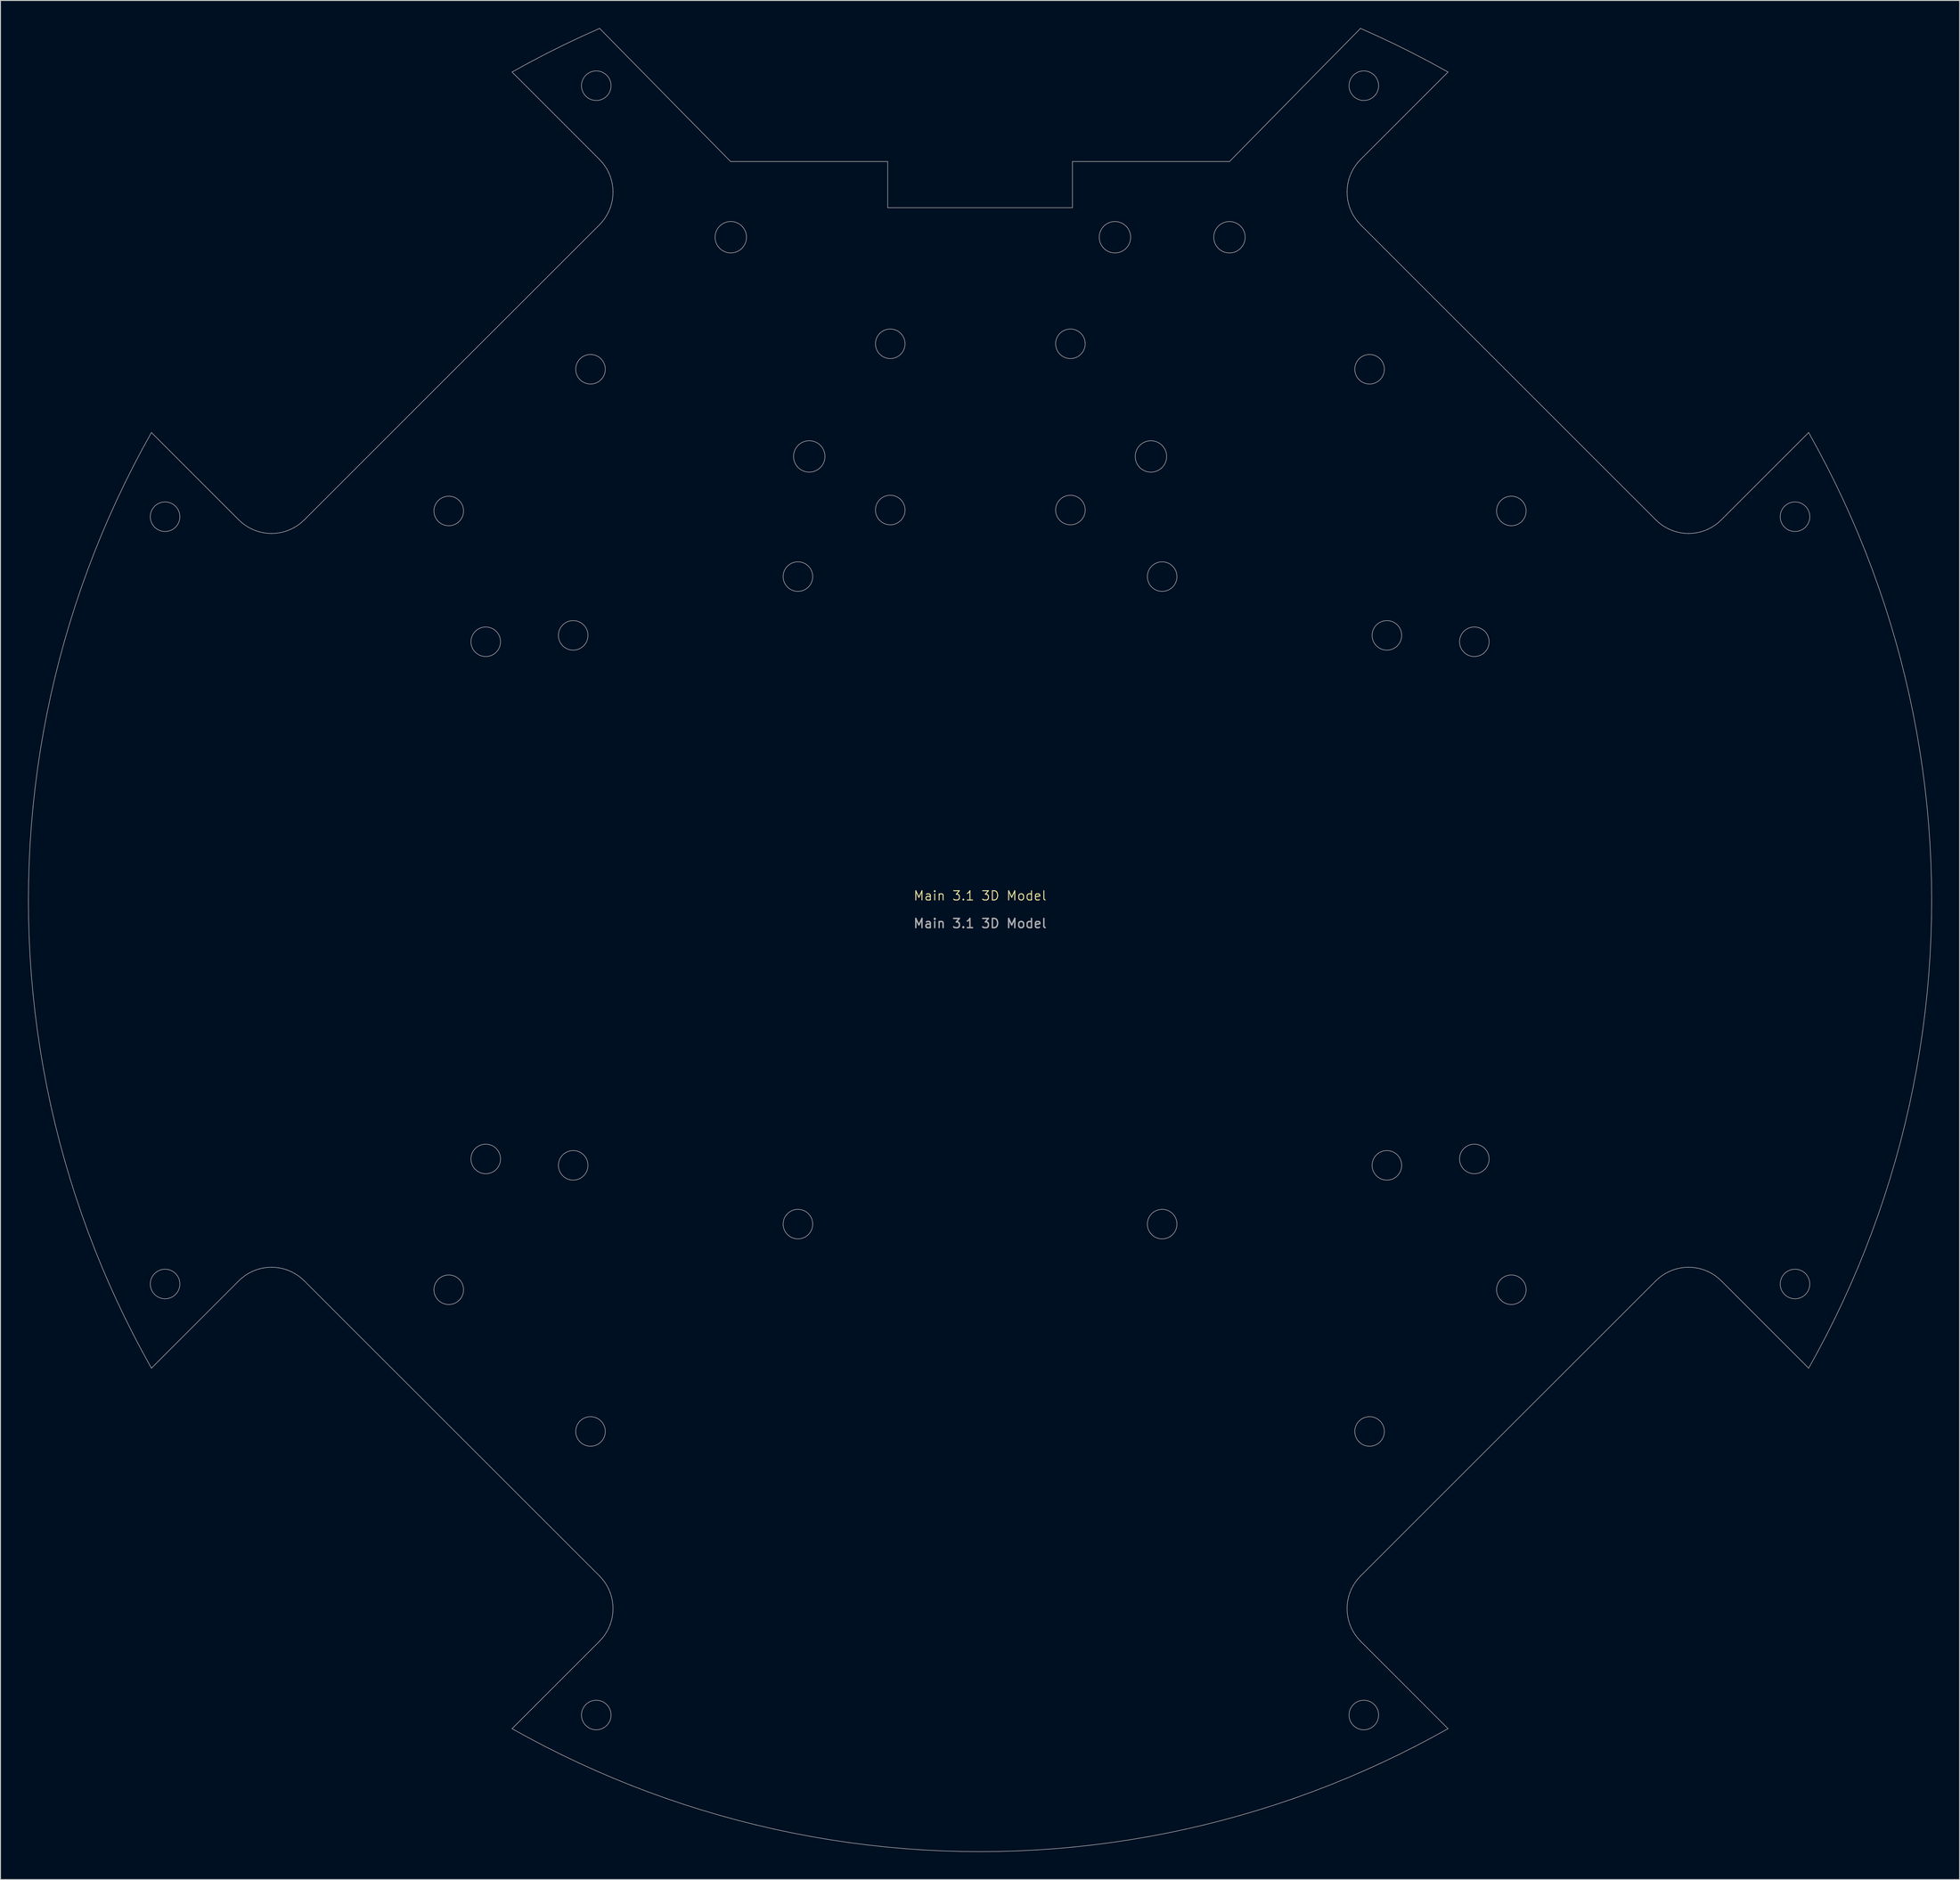
<source format=kicad_pcb>
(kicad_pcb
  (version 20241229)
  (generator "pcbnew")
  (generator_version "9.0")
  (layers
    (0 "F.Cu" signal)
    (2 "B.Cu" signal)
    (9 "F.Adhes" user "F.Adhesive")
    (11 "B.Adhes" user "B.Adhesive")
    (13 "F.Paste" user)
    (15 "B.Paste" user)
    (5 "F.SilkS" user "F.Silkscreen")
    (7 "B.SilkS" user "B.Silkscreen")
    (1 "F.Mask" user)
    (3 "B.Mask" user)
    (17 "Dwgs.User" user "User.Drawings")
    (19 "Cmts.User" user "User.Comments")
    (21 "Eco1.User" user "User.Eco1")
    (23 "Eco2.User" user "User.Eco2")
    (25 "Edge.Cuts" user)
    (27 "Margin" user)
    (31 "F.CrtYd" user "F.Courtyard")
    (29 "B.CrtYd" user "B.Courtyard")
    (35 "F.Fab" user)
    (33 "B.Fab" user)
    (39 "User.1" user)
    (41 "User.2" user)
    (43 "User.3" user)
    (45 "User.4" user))
  (footprint "Main 3.1 3D Model"
    (layer "F.Cu")
    (at 103.025 94.436)
    (property "Reference" "Main 3.1 3D Model" (at 0 -0.5 0) (unlocked yes) (layer "F.SilkS") (effects (font (size 1 1) (thickness 0.1))))
    (attr smd)
    (fp_line (start -103 0.000001) (end -102.98 2.037) (stroke (width 0.05) (type solid)) (layer "Edge.Cuts"))
    (fp_line (start -102.98 -2.037) (end -103 0.000001) (stroke (width 0.05) (type solid)) (layer "Edge.Cuts"))
    (fp_line (start -102.98 2.037) (end -102.919 4.072) (stroke (width 0.05) (type solid)) (layer "Edge.Cuts"))
    (fp_line (start -102.919 -4.072) (end -102.98 -2.037) (stroke (width 0.05) (type solid)) (layer "Edge.Cuts"))
    (fp_line (start -102.919 4.072) (end -102.819 6.107) (stroke (width 0.05) (type solid)) (layer "Edge.Cuts"))
    (fp_line (start -102.819 -6.107) (end -102.919 -4.072) (stroke (width 0.05) (type solid)) (layer "Edge.Cuts"))
    (fp_line (start -102.819 6.107) (end -102.678 8.138) (stroke (width 0.05) (type solid)) (layer "Edge.Cuts"))
    (fp_line (start -102.678 -8.138) (end -102.819 -6.107) (stroke (width 0.05) (type solid)) (layer "Edge.Cuts"))
    (fp_line (start -102.678 8.138) (end -102.497 10.167) (stroke (width 0.05) (type solid)) (layer "Edge.Cuts"))
    (fp_line (start -102.497 -10.167) (end -102.678 -8.138) (stroke (width 0.05) (type solid)) (layer "Edge.Cuts"))
    (fp_line (start -102.497 10.167) (end -102.276 12.192) (stroke (width 0.05) (type solid)) (layer "Edge.Cuts"))
    (fp_line (start -102.276 -12.192) (end -102.497 -10.167) (stroke (width 0.05) (type solid)) (layer "Edge.Cuts"))
    (fp_line (start -102.276 12.192) (end -102.015 14.212) (stroke (width 0.05) (type solid)) (layer "Edge.Cuts"))
    (fp_line (start -102.015 -14.212) (end -102.276 -12.192) (stroke (width 0.05) (type solid)) (layer "Edge.Cuts"))
    (fp_line (start -102.015 14.212) (end -101.714 16.226) (stroke (width 0.05) (type solid)) (layer "Edge.Cuts"))
    (fp_line (start -101.714 -16.226) (end -102.015 -14.212) (stroke (width 0.05) (type solid)) (layer "Edge.Cuts"))
    (fp_line (start -101.714 16.226) (end -101.373 18.234) (stroke (width 0.05) (type solid)) (layer "Edge.Cuts"))
    (fp_line (start -101.373 -18.234) (end -101.714 -16.226) (stroke (width 0.05) (type solid)) (layer "Edge.Cuts"))
    (fp_line (start -101.373 18.234) (end -100.993 20.235) (stroke (width 0.05) (type solid)) (layer "Edge.Cuts"))
    (fp_line (start -100.993 -20.235) (end -101.373 -18.234) (stroke (width 0.05) (type solid)) (layer "Edge.Cuts"))
    (fp_line (start -100.993 20.235) (end -100.573 22.228) (stroke (width 0.05) (type solid)) (layer "Edge.Cuts"))
    (fp_line (start -100.573 -22.228) (end -100.993 -20.235) (stroke (width 0.05) (type solid)) (layer "Edge.Cuts"))
    (fp_line (start -100.573 22.228) (end -100.114 24.212) (stroke (width 0.05) (type solid)) (layer "Edge.Cuts"))
    (fp_line (start -100.114 -24.212) (end -100.573 -22.228) (stroke (width 0.05) (type solid)) (layer "Edge.Cuts"))
    (fp_line (start -100.114 24.212) (end -99.616 26.187) (stroke (width 0.05) (type solid)) (layer "Edge.Cuts"))
    (fp_line (start -99.616 -26.187) (end -100.114 -24.212) (stroke (width 0.05) (type solid)) (layer "Edge.Cuts"))
    (fp_line (start -99.616 26.187) (end -99.078 28.151) (stroke (width 0.05) (type solid)) (layer "Edge.Cuts"))
    (fp_line (start -99.078 -28.151) (end -99.616 -26.187) (stroke (width 0.05) (type solid)) (layer "Edge.Cuts"))
    (fp_line (start -99.078 28.151) (end -98.502 30.105) (stroke (width 0.05) (type solid)) (layer "Edge.Cuts"))
    (fp_line (start -98.502 -30.105) (end -99.078 -28.151) (stroke (width 0.05) (type solid)) (layer "Edge.Cuts"))
    (fp_line (start -98.502 30.105) (end -97.888 32.046) (stroke (width 0.05) (type solid)) (layer "Edge.Cuts"))
    (fp_line (start -97.888 -32.046) (end -98.502 -30.105) (stroke (width 0.05) (type solid)) (layer "Edge.Cuts"))
    (fp_line (start -97.888 32.046) (end -97.235 33.976) (stroke (width 0.05) (type solid)) (layer "Edge.Cuts"))
    (fp_line (start -97.235 -33.976) (end -97.888 -32.046) (stroke (width 0.05) (type solid)) (layer "Edge.Cuts"))
    (fp_line (start -97.235 33.976) (end -96.544 35.892) (stroke (width 0.05) (type solid)) (layer "Edge.Cuts"))
    (fp_line (start -96.544 -35.892) (end -97.235 -33.976) (stroke (width 0.05) (type solid)) (layer "Edge.Cuts"))
    (fp_line (start -96.544 35.892) (end -95.816 37.794) (stroke (width 0.05) (type solid)) (layer "Edge.Cuts"))
    (fp_line (start -95.816 -37.794) (end -96.544 -35.892) (stroke (width 0.05) (type solid)) (layer "Edge.Cuts"))
    (fp_line (start -95.816 37.794) (end -95.05 39.681) (stroke (width 0.05) (type solid)) (layer "Edge.Cuts"))
    (fp_line (start -95.05 -39.681) (end -95.816 -37.794) (stroke (width 0.05) (type solid)) (layer "Edge.Cuts"))
    (fp_line (start -95.05 39.681) (end -94.246 41.552) (stroke (width 0.05) (type solid)) (layer "Edge.Cuts"))
    (fp_line (start -94.246 -41.552) (end -95.05 -39.681) (stroke (width 0.05) (type solid)) (layer "Edge.Cuts"))
    (fp_line (start -94.246 41.552) (end -93.406 43.408) (stroke (width 0.05) (type solid)) (layer "Edge.Cuts"))
    (fp_line (start -93.406 -43.408) (end -94.246 -41.552) (stroke (width 0.05) (type solid)) (layer "Edge.Cuts"))
    (fp_line (start -93.406 43.408) (end -92.53 45.246) (stroke (width 0.05) (type solid)) (layer "Edge.Cuts"))
    (fp_line (start -92.53 -45.246) (end -93.406 -43.408) (stroke (width 0.05) (type solid)) (layer "Edge.Cuts"))
    (fp_line (start -92.53 45.246) (end -91.617 47.067) (stroke (width 0.05) (type solid)) (layer "Edge.Cuts"))
    (fp_line (start -91.617 -47.067) (end -92.53 -45.246) (stroke (width 0.05) (type solid)) (layer "Edge.Cuts"))
    (fp_line (start -91.617 47.067) (end -90.669 48.869) (stroke (width 0.05) (type solid)) (layer "Edge.Cuts"))
    (fp_line (start -90.669 -48.869) (end -91.617 -47.067) (stroke (width 0.05) (type solid)) (layer "Edge.Cuts"))
    (fp_line (start -90.669 48.869) (end -89.685 50.652) (stroke (width 0.05) (type solid)) (layer "Edge.Cuts"))
    (fp_line (start -89.685 -50.652) (end -90.669 -48.869) (stroke (width 0.05) (type solid)) (layer "Edge.Cuts"))
    (fp_line (start -89.685 50.652) (end -80.221 41.189) (stroke (width 0.05) (type solid)) (layer "Edge.Cuts"))
    (fp_line (start -80.221 -41.189) (end -89.685 -50.652) (stroke (width 0.05) (type solid)) (layer "Edge.Cuts"))
    (fp_line (start -80.221 41.189) (end -79.9 40.894) (stroke (width 0.05) (type solid)) (layer "Edge.Cuts"))
    (fp_line (start -79.9 -40.894) (end -80.221 -41.189) (stroke (width 0.05) (type solid)) (layer "Edge.Cuts"))
    (fp_line (start -79.9 40.894) (end -79.554 40.629) (stroke (width 0.05) (type solid)) (layer "Edge.Cuts"))
    (fp_line (start -79.554 -40.629) (end -79.9 -40.894) (stroke (width 0.05) (type solid)) (layer "Edge.Cuts"))
    (fp_line (start -79.554 40.629) (end -79.186 40.394) (stroke (width 0.05) (type solid)) (layer "Edge.Cuts"))
    (fp_line (start -79.186 -40.394) (end -79.554 -40.629) (stroke (width 0.05) (type solid)) (layer "Edge.Cuts"))
    (fp_line (start -79.186 40.394) (end -78.799 40.193) (stroke (width 0.05) (type solid)) (layer "Edge.Cuts"))
    (fp_line (start -78.799 -40.193) (end -79.186 -40.394) (stroke (width 0.05) (type solid)) (layer "Edge.Cuts"))
    (fp_line (start -78.799 40.193) (end -78.396 40.026) (stroke (width 0.05) (type solid)) (layer "Edge.Cuts"))
    (fp_line (start -78.396 -40.026) (end -78.799 -40.193) (stroke (width 0.05) (type solid)) (layer "Edge.Cuts"))
    (fp_line (start -78.396 40.026) (end -77.98 39.895) (stroke (width 0.05) (type solid)) (layer "Edge.Cuts"))
    (fp_line (start -77.98 -39.895) (end -78.396 -40.026) (stroke (width 0.05) (type solid)) (layer "Edge.Cuts"))
    (fp_line (start -77.98 39.895) (end -77.554 39.8) (stroke (width 0.05) (type solid)) (layer "Edge.Cuts"))
    (fp_line (start -77.554 -39.8) (end -77.98 -39.895) (stroke (width 0.05) (type solid)) (layer "Edge.Cuts"))
    (fp_line (start -77.554 39.8) (end -77.122 39.744) (stroke (width 0.05) (type solid)) (layer "Edge.Cuts"))
    (fp_line (start -77.122 -39.744) (end -77.554 -39.8) (stroke (width 0.05) (type solid)) (layer "Edge.Cuts"))
    (fp_line (start -77.122 39.744) (end -76.686 39.725) (stroke (width 0.05) (type solid)) (layer "Edge.Cuts"))
    (fp_line (start -76.686 -39.725) (end -77.122 -39.744) (stroke (width 0.05) (type solid)) (layer "Edge.Cuts"))
    (fp_line (start -76.686 39.725) (end -76.25 39.744) (stroke (width 0.05) (type solid)) (layer "Edge.Cuts"))
    (fp_line (start -76.25 -39.744) (end -76.686 -39.725) (stroke (width 0.05) (type solid)) (layer "Edge.Cuts"))
    (fp_line (start -76.25 39.744) (end -75.817 39.8) (stroke (width 0.05) (type solid)) (layer "Edge.Cuts"))
    (fp_line (start -75.817 -39.8) (end -76.25 -39.744) (stroke (width 0.05) (type solid)) (layer "Edge.Cuts"))
    (fp_line (start -75.817 39.8) (end -75.392 39.895) (stroke (width 0.05) (type solid)) (layer "Edge.Cuts"))
    (fp_line (start -75.392 -39.895) (end -75.817 -39.8) (stroke (width 0.05) (type solid)) (layer "Edge.Cuts"))
    (fp_line (start -75.392 39.895) (end -74.976 40.026) (stroke (width 0.05) (type solid)) (layer "Edge.Cuts"))
    (fp_line (start -74.976 -40.026) (end -75.392 -39.895) (stroke (width 0.05) (type solid)) (layer "Edge.Cuts"))
    (fp_line (start -74.976 40.026) (end -74.573 40.193) (stroke (width 0.05) (type solid)) (layer "Edge.Cuts"))
    (fp_line (start -74.573 -40.193) (end -74.976 -40.026) (stroke (width 0.05) (type solid)) (layer "Edge.Cuts"))
    (fp_line (start -74.573 40.193) (end -74.186 40.394) (stroke (width 0.05) (type solid)) (layer "Edge.Cuts"))
    (fp_line (start -74.186 -40.394) (end -74.573 -40.193) (stroke (width 0.05) (type solid)) (layer "Edge.Cuts"))
    (fp_line (start -74.186 40.394) (end -73.818 40.629) (stroke (width 0.05) (type solid)) (layer "Edge.Cuts"))
    (fp_line (start -73.818 -40.629) (end -74.186 -40.394) (stroke (width 0.05) (type solid)) (layer "Edge.Cuts"))
    (fp_line (start -73.818 40.629) (end -73.472 40.894) (stroke (width 0.05) (type solid)) (layer "Edge.Cuts"))
    (fp_line (start -73.472 -40.894) (end -73.818 -40.629) (stroke (width 0.05) (type solid)) (layer "Edge.Cuts"))
    (fp_line (start -73.472 40.894) (end -73.15 41.189) (stroke (width 0.05) (type solid)) (layer "Edge.Cuts"))
    (fp_line (start -73.15 -41.189) (end -73.472 -40.894) (stroke (width 0.05) (type solid)) (layer "Edge.Cuts"))
    (fp_line (start -73.15 41.189) (end -41.189 73.15) (stroke (width 0.05) (type solid)) (layer "Edge.Cuts"))
    (fp_line (start -50.652 -89.685) (end -41.189 -80.221) (stroke (width 0.05) (type solid)) (layer "Edge.Cuts"))
    (fp_line (start -50.652 89.685) (end -48.869 90.669) (stroke (width 0.05) (type solid)) (layer "Edge.Cuts"))
    (fp_line (start -48.869 90.669) (end -47.067 91.617) (stroke (width 0.05) (type solid)) (layer "Edge.Cuts"))
    (fp_line (start -48.797 -90.707) (end -50.652 -89.685) (stroke (width 0.05) (type solid)) (layer "Edge.Cuts"))
    (fp_line (start -47.067 91.617) (end -45.246 92.53) (stroke (width 0.05) (type solid)) (layer "Edge.Cuts"))
    (fp_line (start -46.921 -91.692) (end -48.797 -90.707) (stroke (width 0.05) (type solid)) (layer "Edge.Cuts"))
    (fp_line (start -45.246 92.53) (end -43.408 93.406) (stroke (width 0.05) (type solid)) (layer "Edge.Cuts"))
    (fp_line (start -45.026 -92.637) (end -46.921 -91.692) (stroke (width 0.05) (type solid)) (layer "Edge.Cuts"))
    (fp_line (start -43.408 93.406) (end -41.552 94.246) (stroke (width 0.05) (type solid)) (layer "Edge.Cuts"))
    (fp_line (start -43.111 -93.544) (end -45.026 -92.637) (stroke (width 0.05) (type solid)) (layer "Edge.Cuts"))
    (fp_line (start -41.552 94.246) (end -39.681 95.05) (stroke (width 0.05) (type solid)) (layer "Edge.Cuts"))
    (fp_line (start -41.189 -80.221) (end -40.894 -79.9) (stroke (width 0.05) (type solid)) (layer "Edge.Cuts"))
    (fp_line (start -41.189 -73.15) (end -73.15 -41.189) (stroke (width 0.05) (type solid)) (layer "Edge.Cuts"))
    (fp_line (start -41.189 73.15) (end -40.894 73.472) (stroke (width 0.05) (type solid)) (layer "Edge.Cuts"))
    (fp_line (start -41.189 80.221) (end -50.652 89.685) (stroke (width 0.05) (type solid)) (layer "Edge.Cuts"))
    (fp_line (start -41.178 -94.411) (end -43.111 -93.544) (stroke (width 0.05) (type solid)) (layer "Edge.Cuts"))
    (fp_line (start -40.894 -79.9) (end -40.629 -79.554) (stroke (width 0.05) (type solid)) (layer "Edge.Cuts"))
    (fp_line (start -40.894 -73.472) (end -41.189 -73.15) (stroke (width 0.05) (type solid)) (layer "Edge.Cuts"))
    (fp_line (start -40.894 73.472) (end -40.629 73.818) (stroke (width 0.05) (type solid)) (layer "Edge.Cuts"))
    (fp_line (start -40.894 79.9) (end -41.189 80.221) (stroke (width 0.05) (type solid)) (layer "Edge.Cuts"))
    (fp_line (start -40.629 -79.554) (end -40.394 -79.186) (stroke (width 0.05) (type solid)) (layer "Edge.Cuts"))
    (fp_line (start -40.629 -73.818) (end -40.894 -73.472) (stroke (width 0.05) (type solid)) (layer "Edge.Cuts"))
    (fp_line (start -40.629 73.818) (end -40.394 74.186) (stroke (width 0.05) (type solid)) (layer "Edge.Cuts"))
    (fp_line (start -40.629 79.554) (end -40.894 79.9) (stroke (width 0.05) (type solid)) (layer "Edge.Cuts"))
    (fp_line (start -40.394 -79.186) (end -40.193 -78.799) (stroke (width 0.05) (type solid)) (layer "Edge.Cuts"))
    (fp_line (start -40.394 -74.186) (end -40.629 -73.818) (stroke (width 0.05) (type solid)) (layer "Edge.Cuts"))
    (fp_line (start -40.394 74.186) (end -40.193 74.573) (stroke (width 0.05) (type solid)) (layer "Edge.Cuts"))
    (fp_line (start -40.394 79.186) (end -40.629 79.554) (stroke (width 0.05) (type solid)) (layer "Edge.Cuts"))
    (fp_line (start -40.193 -78.799) (end -40.026 -78.396) (stroke (width 0.05) (type solid)) (layer "Edge.Cuts"))
    (fp_line (start -40.193 -74.573) (end -40.394 -74.186) (stroke (width 0.05) (type solid)) (layer "Edge.Cuts"))
    (fp_line (start -40.193 74.573) (end -40.026 74.976) (stroke (width 0.05) (type solid)) (layer "Edge.Cuts"))
    (fp_line (start -40.193 78.799) (end -40.394 79.186) (stroke (width 0.05) (type solid)) (layer "Edge.Cuts"))
    (fp_line (start -40.026 -78.396) (end -39.895 -77.98) (stroke (width 0.05) (type solid)) (layer "Edge.Cuts"))
    (fp_line (start -40.026 -74.976) (end -40.193 -74.573) (stroke (width 0.05) (type solid)) (layer "Edge.Cuts"))
    (fp_line (start -40.026 74.976) (end -39.895 75.392) (stroke (width 0.05) (type solid)) (layer "Edge.Cuts"))
    (fp_line (start -40.026 78.396) (end -40.193 78.799) (stroke (width 0.05) (type solid)) (layer "Edge.Cuts"))
    (fp_line (start -39.895 -77.98) (end -39.8 -77.554) (stroke (width 0.05) (type solid)) (layer "Edge.Cuts"))
    (fp_line (start -39.895 -75.392) (end -40.026 -74.976) (stroke (width 0.05) (type solid)) (layer "Edge.Cuts"))
    (fp_line (start -39.895 75.392) (end -39.8 75.817) (stroke (width 0.05) (type solid)) (layer "Edge.Cuts"))
    (fp_line (start -39.895 77.98) (end -40.026 78.396) (stroke (width 0.05) (type solid)) (layer "Edge.Cuts"))
    (fp_line (start -39.8 -77.554) (end -39.744 -77.122) (stroke (width 0.05) (type solid)) (layer "Edge.Cuts"))
    (fp_line (start -39.8 -75.817) (end -39.895 -75.392) (stroke (width 0.05) (type solid)) (layer "Edge.Cuts"))
    (fp_line (start -39.8 75.817) (end -39.744 76.25) (stroke (width 0.05) (type solid)) (layer "Edge.Cuts"))
    (fp_line (start -39.8 77.554) (end -39.895 77.98) (stroke (width 0.05) (type solid)) (layer "Edge.Cuts"))
    (fp_line (start -39.744 -77.122) (end -39.725 -76.686) (stroke (width 0.05) (type solid)) (layer "Edge.Cuts"))
    (fp_line (start -39.744 -76.25) (end -39.8 -75.817) (stroke (width 0.05) (type solid)) (layer "Edge.Cuts"))
    (fp_line (start -39.744 76.25) (end -39.725 76.686) (stroke (width 0.05) (type solid)) (layer "Edge.Cuts"))
    (fp_line (start -39.744 77.122) (end -39.8 77.554) (stroke (width 0.05) (type solid)) (layer "Edge.Cuts"))
    (fp_line (start -39.725 -76.686) (end -39.744 -76.25) (stroke (width 0.05) (type solid)) (layer "Edge.Cuts"))
    (fp_line (start -39.725 76.686) (end -39.744 77.122) (stroke (width 0.05) (type solid)) (layer "Edge.Cuts"))
    (fp_line (start -39.681 95.05) (end -37.794 95.816) (stroke (width 0.05) (type solid)) (layer "Edge.Cuts"))
    (fp_line (start -37.794 95.816) (end -35.892 96.544) (stroke (width 0.05) (type solid)) (layer "Edge.Cuts"))
    (fp_line (start -35.892 96.544) (end -33.976 97.235) (stroke (width 0.05) (type solid)) (layer "Edge.Cuts"))
    (fp_line (start -33.976 97.235) (end -32.046 97.888) (stroke (width 0.05) (type solid)) (layer "Edge.Cuts"))
    (fp_line (start -32.046 97.888) (end -30.105 98.502) (stroke (width 0.05) (type solid)) (layer "Edge.Cuts"))
    (fp_line (start -30.105 98.502) (end -28.151 99.078) (stroke (width 0.05) (type solid)) (layer "Edge.Cuts"))
    (fp_line (start -28.151 99.078) (end -26.187 99.616) (stroke (width 0.05) (type solid)) (layer "Edge.Cuts"))
    (fp_line (start -27 -80) (end -41.178 -94.411) (stroke (width 0.05) (type solid)) (layer "Edge.Cuts"))
    (fp_line (start -26.187 99.616) (end -24.212 100.114) (stroke (width 0.05) (type solid)) (layer "Edge.Cuts"))
    (fp_line (start -24.212 100.114) (end -22.228 100.573) (stroke (width 0.05) (type solid)) (layer "Edge.Cuts"))
    (fp_line (start -22.228 100.573) (end -20.235 100.993) (stroke (width 0.05) (type solid)) (layer "Edge.Cuts"))
    (fp_line (start -20.235 100.993) (end -18.234 101.373) (stroke (width 0.05) (type solid)) (layer "Edge.Cuts"))
    (fp_line (start -18.234 101.373) (end -16.226 101.714) (stroke (width 0.05) (type solid)) (layer "Edge.Cuts"))
    (fp_line (start -16.226 101.714) (end -14.212 102.015) (stroke (width 0.05) (type solid)) (layer "Edge.Cuts"))
    (fp_line (start -14.212 102.015) (end -12.192 102.276) (stroke (width 0.05) (type solid)) (layer "Edge.Cuts"))
    (fp_line (start -12.192 102.276) (end -10.167 102.497) (stroke (width 0.05) (type solid)) (layer "Edge.Cuts"))
    (fp_line (start -10.167 102.497) (end -8.138 102.678) (stroke (width 0.05) (type solid)) (layer "Edge.Cuts"))
    (fp_line (start -10 -80) (end -27 -80) (stroke (width 0.05) (type solid)) (layer "Edge.Cuts"))
    (fp_line (start -10 -75) (end -10 -80) (stroke (width 0.05) (type solid)) (layer "Edge.Cuts"))
    (fp_line (start -8.138 102.678) (end -6.107 102.819) (stroke (width 0.05) (type solid)) (layer "Edge.Cuts"))
    (fp_line (start -6.107 102.819) (end -4.072 102.919) (stroke (width 0.05) (type solid)) (layer "Edge.Cuts"))
    (fp_line (start -4.072 102.919) (end -2.037 102.98) (stroke (width 0.05) (type solid)) (layer "Edge.Cuts"))
    (fp_line (start -2.037 102.98) (end 0 103) (stroke (width 0.05) (type solid)) (layer "Edge.Cuts"))
    (fp_line (start 0 103) (end 2.037 102.98) (stroke (width 0.05) (type solid)) (layer "Edge.Cuts"))
    (fp_line (start 2.037 102.98) (end 4.072 102.919) (stroke (width 0.05) (type solid)) (layer "Edge.Cuts"))
    (fp_line (start 4.072 102.919) (end 6.107 102.819) (stroke (width 0.05) (type solid)) (layer "Edge.Cuts"))
    (fp_line (start 6.107 102.819) (end 8.138 102.678) (stroke (width 0.05) (type solid)) (layer "Edge.Cuts"))
    (fp_line (start 8.138 102.678) (end 10.167 102.497) (stroke (width 0.05) (type solid)) (layer "Edge.Cuts"))
    (fp_line (start 10 -80) (end 10 -75) (stroke (width 0.05) (type solid)) (layer "Edge.Cuts"))
    (fp_line (start 10 -75) (end -10 -75) (stroke (width 0.05) (type solid)) (layer "Edge.Cuts"))
    (fp_line (start 10.167 102.497) (end 12.192 102.276) (stroke (width 0.05) (type solid)) (layer "Edge.Cuts"))
    (fp_line (start 12.192 102.276) (end 14.212 102.015) (stroke (width 0.05) (type solid)) (layer "Edge.Cuts"))
    (fp_line (start 14.212 102.015) (end 16.226 101.714) (stroke (width 0.05) (type solid)) (layer "Edge.Cuts"))
    (fp_line (start 16.226 101.714) (end 18.234 101.373) (stroke (width 0.05) (type solid)) (layer "Edge.Cuts"))
    (fp_line (start 18.234 101.373) (end 20.235 100.993) (stroke (width 0.05) (type solid)) (layer "Edge.Cuts"))
    (fp_line (start 20.235 100.993) (end 22.228 100.573) (stroke (width 0.05) (type solid)) (layer "Edge.Cuts"))
    (fp_line (start 22.228 100.573) (end 24.212 100.114) (stroke (width 0.05) (type solid)) (layer "Edge.Cuts"))
    (fp_line (start 24.212 100.114) (end 26.187 99.616) (stroke (width 0.05) (type solid)) (layer "Edge.Cuts"))
    (fp_line (start 26.187 99.616) (end 28.151 99.078) (stroke (width 0.05) (type solid)) (layer "Edge.Cuts"))
    (fp_line (start 27 -80) (end 10 -80) (stroke (width 0.05) (type solid)) (layer "Edge.Cuts"))
    (fp_line (start 28.151 99.078) (end 30.105 98.502) (stroke (width 0.05) (type solid)) (layer "Edge.Cuts"))
    (fp_line (start 30.105 98.502) (end 32.046 97.888) (stroke (width 0.05) (type solid)) (layer "Edge.Cuts"))
    (fp_line (start 32.046 97.888) (end 33.976 97.235) (stroke (width 0.05) (type solid)) (layer "Edge.Cuts"))
    (fp_line (start 33.976 97.235) (end 35.892 96.544) (stroke (width 0.05) (type solid)) (layer "Edge.Cuts"))
    (fp_line (start 35.892 96.544) (end 37.794 95.816) (stroke (width 0.05) (type solid)) (layer "Edge.Cuts"))
    (fp_line (start 37.794 95.816) (end 39.681 95.05) (stroke (width 0.05) (type solid)) (layer "Edge.Cuts"))
    (fp_line (start 39.681 95.05) (end 41.552 94.246) (stroke (width 0.05) (type solid)) (layer "Edge.Cuts"))
    (fp_line (start 39.725 -76.686) (end 39.744 -77.122) (stroke (width 0.05) (type solid)) (layer "Edge.Cuts"))
    (fp_line (start 39.725 76.686) (end 39.744 76.25) (stroke (width 0.05) (type solid)) (layer "Edge.Cuts"))
    (fp_line (start 39.744 -77.122) (end 39.8 -77.554) (stroke (width 0.05) (type solid)) (layer "Edge.Cuts"))
    (fp_line (start 39.744 -76.25) (end 39.725 -76.686) (stroke (width 0.05) (type solid)) (layer "Edge.Cuts"))
    (fp_line (start 39.744 76.25) (end 39.8 75.817) (stroke (width 0.05) (type solid)) (layer "Edge.Cuts"))
    (fp_line (start 39.744 77.122) (end 39.725 76.686) (stroke (width 0.05) (type solid)) (layer "Edge.Cuts"))
    (fp_line (start 39.8 -77.554) (end 39.895 -77.98) (stroke (width 0.05) (type solid)) (layer "Edge.Cuts"))
    (fp_line (start 39.8 -75.817) (end 39.744 -76.25) (stroke (width 0.05) (type solid)) (layer "Edge.Cuts"))
    (fp_line (start 39.8 75.817) (end 39.895 75.392) (stroke (width 0.05) (type solid)) (layer "Edge.Cuts"))
    (fp_line (start 39.8 77.554) (end 39.744 77.122) (stroke (width 0.05) (type solid)) (layer "Edge.Cuts"))
    (fp_line (start 39.895 -77.98) (end 40.026 -78.396) (stroke (width 0.05) (type solid)) (layer "Edge.Cuts"))
    (fp_line (start 39.895 -75.392) (end 39.8 -75.817) (stroke (width 0.05) (type solid)) (layer "Edge.Cuts"))
    (fp_line (start 39.895 75.392) (end 40.026 74.976) (stroke (width 0.05) (type solid)) (layer "Edge.Cuts"))
    (fp_line (start 39.895 77.98) (end 39.8 77.554) (stroke (width 0.05) (type solid)) (layer "Edge.Cuts"))
    (fp_line (start 40.026 -78.396) (end 40.193 -78.799) (stroke (width 0.05) (type solid)) (layer "Edge.Cuts"))
    (fp_line (start 40.026 -74.976) (end 39.895 -75.392) (stroke (width 0.05) (type solid)) (layer "Edge.Cuts"))
    (fp_line (start 40.026 74.976) (end 40.193 74.573) (stroke (width 0.05) (type solid)) (layer "Edge.Cuts"))
    (fp_line (start 40.026 78.396) (end 39.895 77.98) (stroke (width 0.05) (type solid)) (layer "Edge.Cuts"))
    (fp_line (start 40.193 -78.799) (end 40.394 -79.186) (stroke (width 0.05) (type solid)) (layer "Edge.Cuts"))
    (fp_line (start 40.193 -74.573) (end 40.026 -74.976) (stroke (width 0.05) (type solid)) (layer "Edge.Cuts"))
    (fp_line (start 40.193 74.573) (end 40.394 74.186) (stroke (width 0.05) (type solid)) (layer "Edge.Cuts"))
    (fp_line (start 40.193 78.799) (end 40.026 78.396) (stroke (width 0.05) (type solid)) (layer "Edge.Cuts"))
    (fp_line (start 40.394 -79.186) (end 40.629 -79.554) (stroke (width 0.05) (type solid)) (layer "Edge.Cuts"))
    (fp_line (start 40.394 -74.186) (end 40.193 -74.573) (stroke (width 0.05) (type solid)) (layer "Edge.Cuts"))
    (fp_line (start 40.394 74.186) (end 40.629 73.818) (stroke (width 0.05) (type solid)) (layer "Edge.Cuts"))
    (fp_line (start 40.394 79.186) (end 40.193 78.799) (stroke (width 0.05) (type solid)) (layer "Edge.Cuts"))
    (fp_line (start 40.629 -79.554) (end 40.894 -79.9) (stroke (width 0.05) (type solid)) (layer "Edge.Cuts"))
    (fp_line (start 40.629 -73.818) (end 40.394 -74.186) (stroke (width 0.05) (type solid)) (layer "Edge.Cuts"))
    (fp_line (start 40.629 73.818) (end 40.894 73.472) (stroke (width 0.05) (type solid)) (layer "Edge.Cuts"))
    (fp_line (start 40.629 79.554) (end 40.394 79.186) (stroke (width 0.05) (type solid)) (layer "Edge.Cuts"))
    (fp_line (start 40.894 -79.9) (end 41.189 -80.221) (stroke (width 0.05) (type solid)) (layer "Edge.Cuts"))
    (fp_line (start 40.894 -73.472) (end 40.629 -73.818) (stroke (width 0.05) (type solid)) (layer "Edge.Cuts"))
    (fp_line (start 40.894 73.472) (end 41.189 73.15) (stroke (width 0.05) (type solid)) (layer "Edge.Cuts"))
    (fp_line (start 40.894 79.9) (end 40.629 79.554) (stroke (width 0.05) (type solid)) (layer "Edge.Cuts"))
    (fp_line (start 41.178 -94.411) (end 27 -80) (stroke (width 0.05) (type solid)) (layer "Edge.Cuts"))
    (fp_line (start 41.189 -80.221) (end 50.652 -89.685) (stroke (width 0.05) (type solid)) (layer "Edge.Cuts"))
    (fp_line (start 41.189 -73.15) (end 40.894 -73.472) (stroke (width 0.05) (type solid)) (layer "Edge.Cuts"))
    (fp_line (start 41.189 73.15) (end 73.15 41.189) (stroke (width 0.05) (type solid)) (layer "Edge.Cuts"))
    (fp_line (start 41.189 80.221) (end 40.894 79.9) (stroke (width 0.05) (type solid)) (layer "Edge.Cuts"))
    (fp_line (start 41.552 94.246) (end 43.408 93.406) (stroke (width 0.05) (type solid)) (layer "Edge.Cuts"))
    (fp_line (start 43.111 -93.544) (end 41.178 -94.411) (stroke (width 0.05) (type solid)) (layer "Edge.Cuts"))
    (fp_line (start 43.408 93.406) (end 45.246 92.53) (stroke (width 0.05) (type solid)) (layer "Edge.Cuts"))
    (fp_line (start 45.026 -92.637) (end 43.111 -93.544) (stroke (width 0.05) (type solid)) (layer "Edge.Cuts"))
    (fp_line (start 45.246 92.53) (end 47.067 91.617) (stroke (width 0.05) (type solid)) (layer "Edge.Cuts"))
    (fp_line (start 46.921 -91.692) (end 45.026 -92.637) (stroke (width 0.05) (type solid)) (layer "Edge.Cuts"))
    (fp_line (start 47.067 91.617) (end 48.869 90.669) (stroke (width 0.05) (type solid)) (layer "Edge.Cuts"))
    (fp_line (start 48.797 -90.707) (end 46.921 -91.692) (stroke (width 0.05) (type solid)) (layer "Edge.Cuts"))
    (fp_line (start 48.869 90.669) (end 50.652 89.685) (stroke (width 0.05) (type solid)) (layer "Edge.Cuts"))
    (fp_line (start 50.652 -89.685) (end 48.797 -90.707) (stroke (width 0.05) (type solid)) (layer "Edge.Cuts"))
    (fp_line (start 50.652 89.685) (end 41.189 80.221) (stroke (width 0.05) (type solid)) (layer "Edge.Cuts"))
    (fp_line (start 73.15 -41.189) (end 41.189 -73.15) (stroke (width 0.05) (type solid)) (layer "Edge.Cuts"))
    (fp_line (start 73.15 41.189) (end 73.472 40.894) (stroke (width 0.05) (type solid)) (layer "Edge.Cuts"))
    (fp_line (start 73.472 -40.894) (end 73.15 -41.189) (stroke (width 0.05) (type solid)) (layer "Edge.Cuts"))
    (fp_line (start 73.472 40.894) (end 73.818 40.629) (stroke (width 0.05) (type solid)) (layer "Edge.Cuts"))
    (fp_line (start 73.818 -40.629) (end 73.472 -40.894) (stroke (width 0.05) (type solid)) (layer "Edge.Cuts"))
    (fp_line (start 73.818 40.629) (end 74.186 40.394) (stroke (width 0.05) (type solid)) (layer "Edge.Cuts"))
    (fp_line (start 74.186 -40.394) (end 73.818 -40.629) (stroke (width 0.05) (type solid)) (layer "Edge.Cuts"))
    (fp_line (start 74.186 40.394) (end 74.573 40.193) (stroke (width 0.05) (type solid)) (layer "Edge.Cuts"))
    (fp_line (start 74.573 -40.193) (end 74.186 -40.394) (stroke (width 0.05) (type solid)) (layer "Edge.Cuts"))
    (fp_line (start 74.573 40.193) (end 74.976 40.026) (stroke (width 0.05) (type solid)) (layer "Edge.Cuts"))
    (fp_line (start 74.976 -40.026) (end 74.573 -40.193) (stroke (width 0.05) (type solid)) (layer "Edge.Cuts"))
    (fp_line (start 74.976 40.026) (end 75.392 39.895) (stroke (width 0.05) (type solid)) (layer "Edge.Cuts"))
    (fp_line (start 75.392 -39.895) (end 74.976 -40.026) (stroke (width 0.05) (type solid)) (layer "Edge.Cuts"))
    (fp_line (start 75.392 39.895) (end 75.817 39.8) (stroke (width 0.05) (type solid)) (layer "Edge.Cuts"))
    (fp_line (start 75.817 -39.8) (end 75.392 -39.895) (stroke (width 0.05) (type solid)) (layer "Edge.Cuts"))
    (fp_line (start 75.817 39.8) (end 76.25 39.744) (stroke (width 0.05) (type solid)) (layer "Edge.Cuts"))
    (fp_line (start 76.25 -39.744) (end 75.817 -39.8) (stroke (width 0.05) (type solid)) (layer "Edge.Cuts"))
    (fp_line (start 76.25 39.744) (end 76.686 39.725) (stroke (width 0.05) (type solid)) (layer "Edge.Cuts"))
    (fp_line (start 76.686 -39.725) (end 76.25 -39.744) (stroke (width 0.05) (type solid)) (layer "Edge.Cuts"))
    (fp_line (start 76.686 39.725) (end 77.122 39.744) (stroke (width 0.05) (type solid)) (layer "Edge.Cuts"))
    (fp_line (start 77.122 -39.744) (end 76.686 -39.725) (stroke (width 0.05) (type solid)) (layer "Edge.Cuts"))
    (fp_line (start 77.122 39.744) (end 77.554 39.8) (stroke (width 0.05) (type solid)) (layer "Edge.Cuts"))
    (fp_line (start 77.554 -39.8) (end 77.122 -39.744) (stroke (width 0.05) (type solid)) (layer "Edge.Cuts"))
    (fp_line (start 77.554 39.8) (end 77.98 39.895) (stroke (width 0.05) (type solid)) (layer "Edge.Cuts"))
    (fp_line (start 77.98 -39.895) (end 77.554 -39.8) (stroke (width 0.05) (type solid)) (layer "Edge.Cuts"))
    (fp_line (start 77.98 39.895) (end 78.396 40.026) (stroke (width 0.05) (type solid)) (layer "Edge.Cuts"))
    (fp_line (start 78.396 -40.026) (end 77.98 -39.895) (stroke (width 0.05) (type solid)) (layer "Edge.Cuts"))
    (fp_line (start 78.396 40.026) (end 78.799 40.193) (stroke (width 0.05) (type solid)) (layer "Edge.Cuts"))
    (fp_line (start 78.799 -40.193) (end 78.396 -40.026) (stroke (width 0.05) (type solid)) (layer "Edge.Cuts"))
    (fp_line (start 78.799 40.193) (end 79.186 40.394) (stroke (width 0.05) (type solid)) (layer "Edge.Cuts"))
    (fp_line (start 79.186 -40.394) (end 78.799 -40.193) (stroke (width 0.05) (type solid)) (layer "Edge.Cuts"))
    (fp_line (start 79.186 40.394) (end 79.554 40.629) (stroke (width 0.05) (type solid)) (layer "Edge.Cuts"))
    (fp_line (start 79.554 -40.629) (end 79.186 -40.394) (stroke (width 0.05) (type solid)) (layer "Edge.Cuts"))
    (fp_line (start 79.554 40.629) (end 79.9 40.894) (stroke (width 0.05) (type solid)) (layer "Edge.Cuts"))
    (fp_line (start 79.9 -40.894) (end 79.554 -40.629) (stroke (width 0.05) (type solid)) (layer "Edge.Cuts"))
    (fp_line (start 79.9 40.894) (end 80.221 41.189) (stroke (width 0.05) (type solid)) (layer "Edge.Cuts"))
    (fp_line (start 80.221 -41.189) (end 79.9 -40.894) (stroke (width 0.05) (type solid)) (layer "Edge.Cuts"))
    (fp_line (start 80.221 41.189) (end 89.685 50.652) (stroke (width 0.05) (type solid)) (layer "Edge.Cuts"))
    (fp_line (start 89.685 -50.652) (end 80.221 -41.189) (stroke (width 0.05) (type solid)) (layer "Edge.Cuts"))
    (fp_line (start 89.685 50.652) (end 90.669 48.869) (stroke (width 0.05) (type solid)) (layer "Edge.Cuts"))
    (fp_line (start 90.669 -48.869) (end 89.685 -50.652) (stroke (width 0.05) (type solid)) (layer "Edge.Cuts"))
    (fp_line (start 90.669 48.869) (end 91.617 47.067) (stroke (width 0.05) (type solid)) (layer "Edge.Cuts"))
    (fp_line (start 91.617 47.067) (end 92.53 45.246) (stroke (width 0.05) (type solid)) (layer "Edge.Cuts"))
    (fp_line (start 91.617 -47.067) (end 90.669 -48.869) (stroke (width 0.05) (type solid)) (layer "Edge.Cuts"))
    (fp_line (start 92.53 -45.246) (end 91.617 -47.067) (stroke (width 0.05) (type solid)) (layer "Edge.Cuts"))
    (fp_line (start 92.53 45.246) (end 93.406 43.408) (stroke (width 0.05) (type solid)) (layer "Edge.Cuts"))
    (fp_line (start 93.406 -43.408) (end 92.53 -45.246) (stroke (width 0.05) (type solid)) (layer "Edge.Cuts"))
    (fp_line (start 93.406 43.408) (end 94.246 41.552) (stroke (width 0.05) (type solid)) (layer "Edge.Cuts"))
    (fp_line (start 94.246 41.552) (end 95.05 39.681) (stroke (width 0.05) (type solid)) (layer "Edge.Cuts"))
    (fp_line (start 94.246 -41.552) (end 93.406 -43.408) (stroke (width 0.05) (type solid)) (layer "Edge.Cuts"))
    (fp_line (start 95.05 39.681) (end 95.816 37.794) (stroke (width 0.05) (type solid)) (layer "Edge.Cuts"))
    (fp_line (start 95.05 -39.681) (end 94.246 -41.552) (stroke (width 0.05) (type solid)) (layer "Edge.Cuts"))
    (fp_line (start 95.816 -37.794) (end 95.05 -39.681) (stroke (width 0.05) (type solid)) (layer "Edge.Cuts"))
    (fp_line (start 95.816 37.794) (end 96.544 35.892) (stroke (width 0.05) (type solid)) (layer "Edge.Cuts"))
    (fp_line (start 96.544 -35.892) (end 95.816 -37.794) (stroke (width 0.05) (type solid)) (layer "Edge.Cuts"))
    (fp_line (start 96.544 35.892) (end 97.235 33.976) (stroke (width 0.05) (type solid)) (layer "Edge.Cuts"))
    (fp_line (start 97.235 33.976) (end 97.888 32.046) (stroke (width 0.05) (type solid)) (layer "Edge.Cuts"))
    (fp_line (start 97.235 -33.976) (end 96.544 -35.892) (stroke (width 0.05) (type solid)) (layer "Edge.Cuts"))
    (fp_line (start 97.888 -32.046) (end 97.235 -33.976) (stroke (width 0.05) (type solid)) (layer "Edge.Cuts"))
    (fp_line (start 97.888 32.046) (end 98.502 30.105) (stroke (width 0.05) (type solid)) (layer "Edge.Cuts"))
    (fp_line (start 98.502 30.105) (end 99.078 28.151) (stroke (width 0.05) (type solid)) (layer "Edge.Cuts"))
    (fp_line (start 98.502 -30.105) (end 97.888 -32.046) (stroke (width 0.05) (type solid)) (layer "Edge.Cuts"))
    (fp_line (start 99.078 -28.151) (end 98.502 -30.105) (stroke (width 0.05) (type solid)) (layer "Edge.Cuts"))
    (fp_line (start 99.078 28.151) (end 99.616 26.187) (stroke (width 0.05) (type solid)) (layer "Edge.Cuts"))
    (fp_line (start 99.616 26.187) (end 100.114 24.212) (stroke (width 0.05) (type solid)) (layer "Edge.Cuts"))
    (fp_line (start 99.616 -26.187) (end 99.078 -28.151) (stroke (width 0.05) (type solid)) (layer "Edge.Cuts"))
    (fp_line (start 100.114 24.212) (end 100.573 22.228) (stroke (width 0.05) (type solid)) (layer "Edge.Cuts"))
    (fp_line (start 100.114 -24.212) (end 99.616 -26.187) (stroke (width 0.05) (type solid)) (layer "Edge.Cuts"))
    (fp_line (start 100.573 22.228) (end 100.993 20.235) (stroke (width 0.05) (type solid)) (layer "Edge.Cuts"))
    (fp_line (start 100.573 -22.228) (end 100.114 -24.212) (stroke (width 0.05) (type solid)) (layer "Edge.Cuts"))
    (fp_line (start 100.993 -20.235) (end 100.573 -22.228) (stroke (width 0.05) (type solid)) (layer "Edge.Cuts"))
    (fp_line (start 100.993 20.235) (end 101.373 18.234) (stroke (width 0.05) (type solid)) (layer "Edge.Cuts"))
    (fp_line (start 101.373 -18.234) (end 100.993 -20.235) (stroke (width 0.05) (type solid)) (layer "Edge.Cuts"))
    (fp_line (start 101.373 18.234) (end 101.714 16.226) (stroke (width 0.05) (type solid)) (layer "Edge.Cuts"))
    (fp_line (start 101.714 16.226) (end 102.015 14.212) (stroke (width 0.05) (type solid)) (layer "Edge.Cuts"))
    (fp_line (start 101.714 -16.226) (end 101.373 -18.234) (stroke (width 0.05) (type solid)) (layer "Edge.Cuts"))
    (fp_line (start 102.015 -14.212) (end 101.714 -16.226) (stroke (width 0.05) (type solid)) (layer "Edge.Cuts"))
    (fp_line (start 102.015 14.212) (end 102.276 12.192) (stroke (width 0.05) (type solid)) (layer "Edge.Cuts"))
    (fp_line (start 102.276 -12.192) (end 102.015 -14.212) (stroke (width 0.05) (type solid)) (layer "Edge.Cuts"))
    (fp_line (start 102.276 12.192) (end 102.497 10.167) (stroke (width 0.05) (type solid)) (layer "Edge.Cuts"))
    (fp_line (start 102.497 -10.167) (end 102.276 -12.192) (stroke (width 0.05) (type solid)) (layer "Edge.Cuts"))
    (fp_line (start 102.497 10.167) (end 102.678 8.138) (stroke (width 0.05) (type solid)) (layer "Edge.Cuts"))
    (fp_line (start 102.678 -8.138) (end 102.497 -10.167) (stroke (width 0.05) (type solid)) (layer "Edge.Cuts"))
    (fp_line (start 102.678 8.138) (end 102.819 6.107) (stroke (width 0.05) (type solid)) (layer "Edge.Cuts"))
    (fp_line (start 102.819 6.107) (end 102.919 4.072) (stroke (width 0.05) (type solid)) (layer "Edge.Cuts"))
    (fp_line (start 102.819 -6.107) (end 102.678 -8.138) (stroke (width 0.05) (type solid)) (layer "Edge.Cuts"))
    (fp_line (start 102.919 -4.072) (end 102.819 -6.107) (stroke (width 0.05) (type solid)) (layer "Edge.Cuts"))
    (fp_line (start 102.919 4.072) (end 102.98 2.037) (stroke (width 0.05) (type solid)) (layer "Edge.Cuts"))
    (fp_line (start 102.98 -2.037) (end 102.919 -4.072) (stroke (width 0.05) (type solid)) (layer "Edge.Cuts"))
    (fp_line (start 102.98 2.037) (end 103 0.000001) (stroke (width 0.05) (type solid)) (layer "Edge.Cuts"))
    (fp_line (start 103 0.000001) (end 102.98 -2.037) (stroke (width 0.05) (type solid)) (layer "Edge.Cuts"))
    (fp_circle (center -88.208 -41.539) (end -86.608 -41.539) (stroke (width 0.05) (type solid)) (fill no) (layer "Edge.Cuts"))
    (fp_circle (center -88.208 41.539) (end -86.608 41.539) (stroke (width 0.05) (type solid)) (fill no) (layer "Edge.Cuts"))
    (fp_circle (center -57.505 -42.161) (end -55.905 -42.161) (stroke (width 0.05) (type solid)) (fill no) (layer "Edge.Cuts"))
    (fp_circle (center -57.505 42.161) (end -55.905 42.161) (stroke (width 0.05) (type solid)) (fill no) (layer "Edge.Cuts"))
    (fp_circle (center -53.5 -28) (end -51.9 -28) (stroke (width 0.05) (type solid)) (fill no) (layer "Edge.Cuts"))
    (fp_circle (center -53.5 28) (end -51.9 28) (stroke (width 0.05) (type solid)) (fill no) (layer "Edge.Cuts"))
    (fp_circle (center -44.035 -28.691) (end -42.435 -28.691) (stroke (width 0.05) (type solid)) (fill no) (layer "Edge.Cuts"))
    (fp_circle (center -44.035 28.691) (end -42.435 28.691) (stroke (width 0.05) (type solid)) (fill no) (layer "Edge.Cuts"))
    (fp_circle (center -42.161 -57.505) (end -40.561 -57.505) (stroke (width 0.05) (type solid)) (fill no) (layer "Edge.Cuts"))
    (fp_circle (center -42.161 57.505) (end -40.561 57.505) (stroke (width 0.05) (type solid)) (fill no) (layer "Edge.Cuts"))
    (fp_circle (center -41.539 -88.208) (end -39.939 -88.208) (stroke (width 0.05) (type solid)) (fill no) (layer "Edge.Cuts"))
    (fp_circle (center -41.539 88.208) (end -39.939 88.208) (stroke (width 0.05) (type solid)) (fill no) (layer "Edge.Cuts"))
    (fp_circle (center -19.711 -35.055) (end -18.111 -35.055) (stroke (width 0.05) (type solid)) (fill no) (layer "Edge.Cuts"))
    (fp_circle (center -19.711 35.055) (end -18.111 35.055) (stroke (width 0.05) (type solid)) (fill no) (layer "Edge.Cuts"))
    (fp_circle (center -9.718 -60.262) (end -8.118 -60.262) (stroke (width 0.05) (type solid)) (fill no) (layer "Edge.Cuts"))
    (fp_circle (center -9.718 -42.262) (end -8.118 -42.262) (stroke (width 0.05) (type solid)) (fill no) (layer "Edge.Cuts"))
    (fp_circle (center 9.782 -60.262) (end 11.382 -60.262) (stroke (width 0.05) (type solid)) (fill no) (layer "Edge.Cuts"))
    (fp_circle (center 9.782 -42.262) (end 11.382 -42.262) (stroke (width 0.05) (type solid)) (fill no) (layer "Edge.Cuts"))
    (fp_circle (center 19.711 -35.055) (end 21.311 -35.055) (stroke (width 0.05) (type solid)) (fill no) (layer "Edge.Cuts"))
    (fp_circle (center 19.711 35.055) (end 21.311 35.055) (stroke (width 0.05) (type solid)) (fill no) (layer "Edge.Cuts"))
    (fp_circle (center 41.539 -88.208) (end 43.139 -88.208) (stroke (width 0.05) (type solid)) (fill no) (layer "Edge.Cuts"))
    (fp_circle (center 41.539 88.208) (end 43.139 88.208) (stroke (width 0.05) (type solid)) (fill no) (layer "Edge.Cuts"))
    (fp_circle (center 42.161 -57.505) (end 43.761 -57.505) (stroke (width 0.05) (type solid)) (fill no) (layer "Edge.Cuts"))
    (fp_circle (center 42.161 57.505) (end 43.761 57.505) (stroke (width 0.05) (type solid)) (fill no) (layer "Edge.Cuts"))
    (fp_circle (center 44.035 -28.691) (end 45.635 -28.691) (stroke (width 0.05) (type solid)) (fill no) (layer "Edge.Cuts"))
    (fp_circle (center 44.035 28.691) (end 45.635 28.691) (stroke (width 0.05) (type solid)) (fill no) (layer "Edge.Cuts"))
    (fp_circle (center 53.5 -28) (end 55.1 -28) (stroke (width 0.05) (type solid)) (fill no) (layer "Edge.Cuts"))
    (fp_circle (center 53.5 28) (end 55.1 28) (stroke (width 0.05) (type solid)) (fill no) (layer "Edge.Cuts"))
    (fp_circle (center 57.505 -42.161) (end 59.105 -42.161) (stroke (width 0.05) (type solid)) (fill no) (layer "Edge.Cuts"))
    (fp_circle (center 57.505 42.161) (end 59.105 42.161) (stroke (width 0.05) (type solid)) (fill no) (layer "Edge.Cuts"))
    (fp_circle (center 88.208 -41.539) (end 89.808 -41.539) (stroke (width 0.05) (type solid)) (fill no) (layer "Edge.Cuts"))
    (fp_circle (center 88.208 41.539) (end 89.808 41.539) (stroke (width 0.05) (type solid)) (fill no) (layer "Edge.Cuts"))
    (fp_curve (pts (xy -28.266 -70.692) (xy -27.653 -69.981) (xy -26.58 -69.901) (xy -25.868 -70.514)) (stroke (width 0.05) (type solid)) (layer "Edge.Cuts"))
    (fp_curve (pts (xy -28.088 -73.089) (xy -28.799 -72.477) (xy -28.879 -71.403) (xy -28.266 -70.692)) (stroke (width 0.05) (type solid)) (layer "Edge.Cuts"))
    (fp_curve (pts (xy -25.868 -70.514) (xy -25.157 -71.127) (xy -25.078 -72.2) (xy -25.691 -72.912)) (stroke (width 0.05) (type solid)) (layer "Edge.Cuts"))
    (fp_curve (pts (xy -25.691 -72.912) (xy -26.303 -73.623) (xy -27.377 -73.702) (xy -28.088 -73.089)) (stroke (width 0.05) (type solid)) (layer "Edge.Cuts"))
    (fp_curve (pts (xy -19.772 -46.957) (xy -19.159 -46.245) (xy -18.086 -46.166) (xy -17.375 -46.779)) (stroke (width 0.05) (type solid)) (layer "Edge.Cuts"))
    (fp_curve (pts (xy -19.594 -49.354) (xy -20.305 -48.741) (xy -20.385 -47.668) (xy -19.772 -46.957)) (stroke (width 0.05) (type solid)) (layer "Edge.Cuts"))
    (fp_curve (pts (xy -17.375 -46.779) (xy -16.663 -47.392) (xy -16.584 -48.465) (xy -17.197 -49.176)) (stroke (width 0.05) (type solid)) (layer "Edge.Cuts"))
    (fp_curve (pts (xy -17.197 -49.176) (xy -17.81 -49.887) (xy -18.883 -49.967) (xy -19.594 -49.354)) (stroke (width 0.05) (type solid)) (layer "Edge.Cuts"))
    (fp_curve (pts (xy 13.313 -70.689) (xy 13.926 -69.978) (xy 14.999 -69.898) (xy 15.71 -70.511)) (stroke (width 0.05) (type solid)) (layer "Edge.Cuts"))
    (fp_curve (pts (xy 13.491 -73.087) (xy 12.78 -72.474) (xy 12.7 -71.4) (xy 13.313 -70.689)) (stroke (width 0.05) (type solid)) (layer "Edge.Cuts"))
    (fp_curve (pts (xy 15.71 -70.511) (xy 16.422 -71.124) (xy 16.501 -72.198) (xy 15.888 -72.909)) (stroke (width 0.05) (type solid)) (layer "Edge.Cuts"))
    (fp_curve (pts (xy 15.888 -72.909) (xy 15.275 -73.62) (xy 14.202 -73.7) (xy 13.491 -73.087)) (stroke (width 0.05) (type solid)) (layer "Edge.Cuts"))
    (fp_curve (pts (xy 17.209 -46.954) (xy 17.822 -46.243) (xy 18.895 -46.163) (xy 19.607 -46.776)) (stroke (width 0.05) (type solid)) (layer "Edge.Cuts"))
    (fp_curve (pts (xy 17.387 -49.352) (xy 16.676 -48.739) (xy 16.596 -47.665) (xy 17.209 -46.954)) (stroke (width 0.05) (type solid)) (layer "Edge.Cuts"))
    (fp_curve (pts (xy 19.607 -46.776) (xy 20.318 -47.389) (xy 20.397 -48.463) (xy 19.785 -49.174)) (stroke (width 0.05) (type solid)) (layer "Edge.Cuts"))
    (fp_curve (pts (xy 19.785 -49.174) (xy 19.172 -49.885) (xy 18.098 -49.965) (xy 17.387 -49.352)) (stroke (width 0.05) (type solid)) (layer "Edge.Cuts"))
    (fp_curve (pts (xy 25.706 -70.688) (xy 26.319 -69.977) (xy 27.392 -69.898) (xy 28.104 -70.511)) (stroke (width 0.05) (type solid)) (layer "Edge.Cuts"))
    (fp_curve (pts (xy 25.884 -73.086) (xy 25.173 -72.473) (xy 25.093 -71.4) (xy 25.706 -70.688)) (stroke (width 0.05) (type solid)) (layer "Edge.Cuts"))
    (fp_curve (pts (xy 28.104 -70.511) (xy 28.815 -71.123) (xy 28.894 -72.197) (xy 28.281 -72.908)) (stroke (width 0.05) (type solid)) (layer "Edge.Cuts"))
    (fp_curve (pts (xy 28.281 -72.908) (xy 27.669 -73.619) (xy 26.595 -73.699) (xy 25.884 -73.086)) (stroke (width 0.05) (type solid)) (layer "Edge.Cuts"))
    (fp_text user "${REFERENCE}" (at 0 2.5 0) (unlocked yes) (layer "F.Fab") (effects (font (size 1 1) (thickness 0.15)))))
  (gr_rect
    (start -3 -3)
    (end 209.05 200.461)
    (stroke (width 0.1) (type default))
    (fill no)
    (layer "Edge.Cuts")))
</source>
